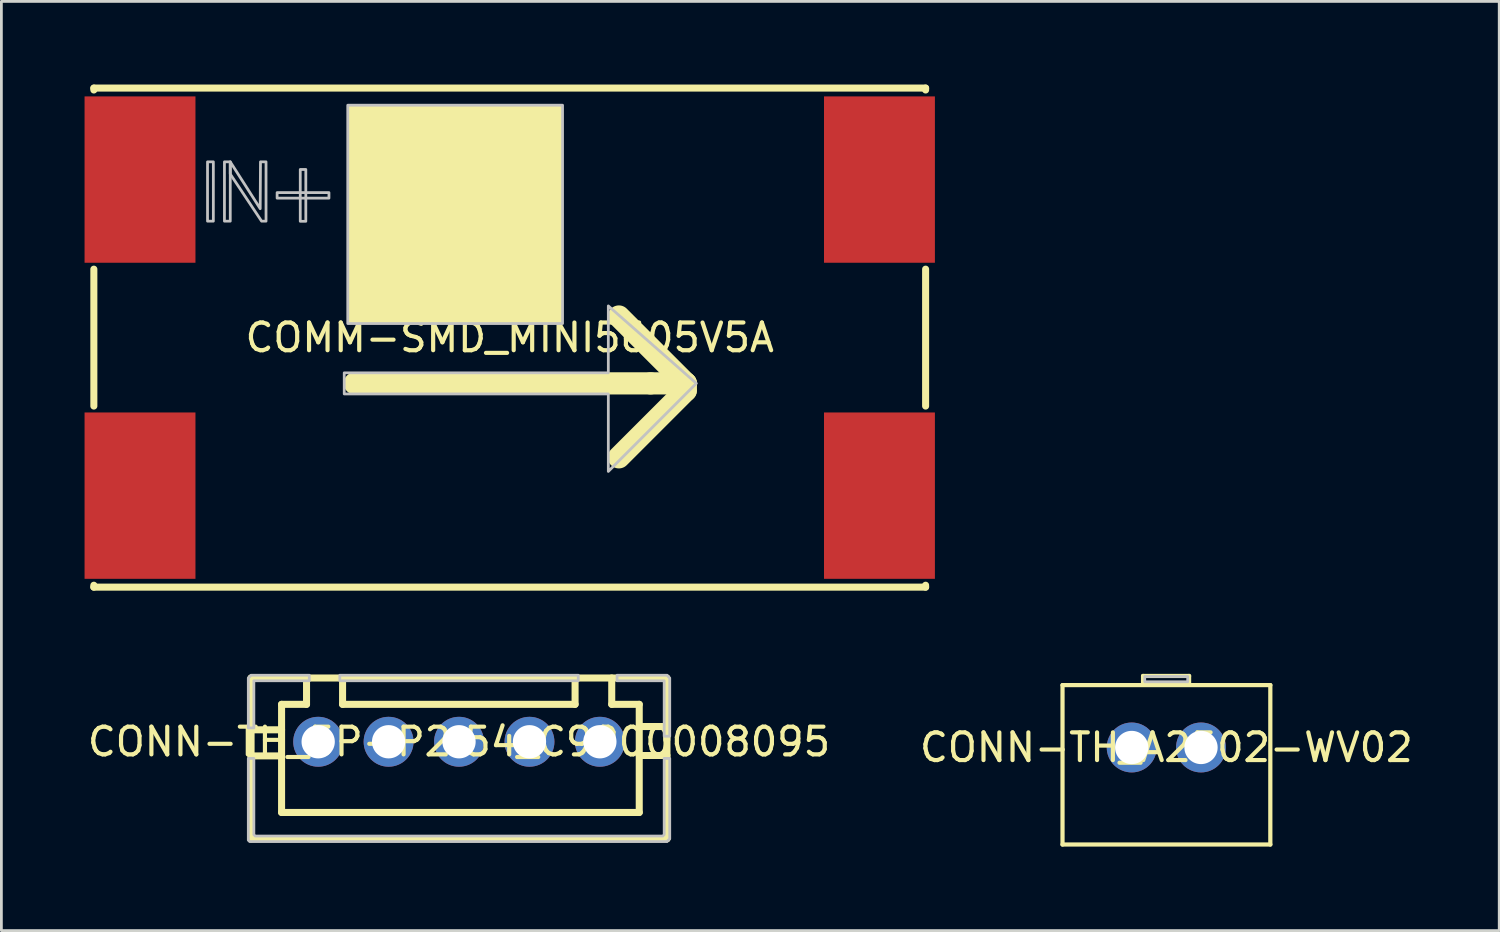
<source format=kicad_pcb>
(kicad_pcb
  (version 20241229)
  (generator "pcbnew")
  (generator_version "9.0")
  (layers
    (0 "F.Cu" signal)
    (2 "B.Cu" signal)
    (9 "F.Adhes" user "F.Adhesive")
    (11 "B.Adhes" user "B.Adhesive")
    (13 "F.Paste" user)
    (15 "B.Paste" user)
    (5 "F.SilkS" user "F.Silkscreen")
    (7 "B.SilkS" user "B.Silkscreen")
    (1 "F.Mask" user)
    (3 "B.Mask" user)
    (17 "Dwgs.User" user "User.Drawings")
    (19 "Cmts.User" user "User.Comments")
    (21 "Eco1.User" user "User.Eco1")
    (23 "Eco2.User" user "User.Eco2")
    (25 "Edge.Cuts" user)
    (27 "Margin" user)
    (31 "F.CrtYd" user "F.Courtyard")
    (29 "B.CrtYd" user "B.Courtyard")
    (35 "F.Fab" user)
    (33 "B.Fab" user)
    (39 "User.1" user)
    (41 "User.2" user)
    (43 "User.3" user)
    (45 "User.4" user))
  (footprint "COMM-SMD_MINI5605V5A"
    (layer "F.Cu")
    (at 15.335 9.127)
    (property "Reference" "COMM-SMD_MINI5605V5A" (at 0 0 0) (layer "F.SilkS") (effects (font (size 1 1) (thickness 0.15))))
    (fp_line (start -15 -9) (end -15 -8.931) (stroke (width 0.254) (type default)) (layer "F.SilkS"))
    (fp_line (start -15 -2.469) (end -15 2.469) (stroke (width 0.254) (type default)) (layer "F.SilkS"))
    (fp_line (start -15 8.931) (end -15 9) (stroke (width 0.254) (type default)) (layer "F.SilkS"))
    (fp_line (start -15 9) (end 15 9) (stroke (width 0.254) (type default)) (layer "F.SilkS"))
    (fp_line (start -5.588 1.651) (end 5.08 1.651) (stroke (width 0.8) (type default)) (layer "F.SilkS"))
    (fp_line (start 5.08 1.651) (end 6.35 1.651) (stroke (width 0.8) (type default)) (layer "F.SilkS"))
    (fp_line (start 6.35 1.651) (end 3.937 -0.762) (stroke (width 0.8) (type default)) (layer "F.SilkS"))
    (fp_line (start 6.35 1.651) (end 6.35 1.905) (stroke (width 0.8) (type default)) (layer "F.SilkS"))
    (fp_line (start 6.35 1.905) (end 3.937 4.318) (stroke (width 0.8) (type default)) (layer "F.SilkS"))
    (fp_line (start 15 -9) (end -15 -9) (stroke (width 0.254) (type default)) (layer "F.SilkS"))
    (fp_line (start 15 -8.931) (end 15 -9) (stroke (width 0.254) (type default)) (layer "F.SilkS"))
    (fp_line (start 15 2.469) (end 15 -2.469) (stroke (width 0.254) (type default)) (layer "F.SilkS"))
    (fp_line (start 15 9) (end 15 8.931) (stroke (width 0.254) (type default)) (layer "F.SilkS"))
    (fp_poly (pts (xy -5.842 -8.382) (xy 1.905 -8.382) (xy 1.905 -0.508) (xy -5.842 -0.508)) (stroke (width 0) (type default)) (fill yes) (layer "F.SilkS"))
    (fp_poly (pts (xy -10.9 -6.34) (xy -10.9 -4.2) (xy -10.69 -4.2) (xy -10.69 -6.34)) (stroke (width 0.1) (type default)) (fill no) (layer "Dwgs.User"))
    (fp_poly (pts (xy -10.29 -6.34) (xy -10.29 -4.2) (xy -10.08 -4.2) (xy -10.08 -6.34)) (stroke (width 0.1) (type default)) (fill no) (layer "Dwgs.User"))
    (fp_poly (pts (xy -8.39 -5.23) (xy -8.39 -5.03) (xy -6.52 -5.03) (xy -6.52 -5.23)) (stroke (width 0.1) (type default)) (fill no) (layer "Dwgs.User"))
    (fp_poly (pts (xy -7.555 -4.195) (xy -7.355 -4.195) (xy -7.355 -6.065) (xy -7.555 -6.065)) (stroke (width 0.1) (type default)) (fill no) (layer "Dwgs.User"))
    (fp_poly (pts (xy -5.842 -8.382) (xy 1.905 -8.382) (xy 1.905 -0.508) (xy -5.842 -0.508)) (stroke (width 0.1) (type default)) (fill no) (layer "Dwgs.User"))
    (fp_poly (pts (xy -10.08 -6.34) (xy -10.08 -5.9) (xy -8.95 -4.2) (xy -8.79 -4.2) (xy -8.79 -6.34) (xy -8.99 -6.34) (xy -9 -4.65)) (stroke (width 0.1) (type default)) (fill no) (layer "Dwgs.User"))
    (fp_poly (pts (xy -5.969 1.27) (xy -5.969 2.032) (xy 3.556 2.032) (xy 3.556 4.826) (xy 6.731 1.651) (xy 3.556 -1.143) (xy 3.556 1.27)) (stroke (width 0.1) (type default)) (fill no) (layer "Dwgs.User"))
    (fp_poly (pts (xy -15.035 -8.4) (xy -11.635 -8.4) (xy -11.635 -3) (xy -15.035 -3)) (stroke (width 0.1) (type default)) (fill no) (layer "User.1"))
    (fp_poly (pts (xy -15.035 3) (xy -11.635 3) (xy -11.635 8.4) (xy -15.035 8.4)) (stroke (width 0.1) (type default)) (fill no) (layer "User.1"))
    (fp_poly (pts (xy 11.635 -8.4) (xy 15.035 -8.4) (xy 15.035 -3) (xy 11.635 -3)) (stroke (width 0.1) (type default)) (fill no) (layer "User.1"))
    (fp_poly (pts (xy 11.635 3) (xy 15.035 3) (xy 15.035 8.4) (xy 11.635 8.4)) (stroke (width 0.1) (type default)) (fill no) (layer "User.1"))
    (fp_line (start -15 -9) (end 15 -9) (stroke (width 0.051) (type default)) (layer "User.2"))
    (fp_line (start -15 9) (end -15 -9) (stroke (width 0.051) (type default)) (layer "User.2"))
    (fp_line (start 15 -9) (end 15 9) (stroke (width 0.051) (type default)) (layer "User.2"))
    (fp_line (start 15 9) (end -15 9) (stroke (width 0.051) (type default)) (layer "User.2"))
    (fp_poly (pts (xy -14.98 -9.023) (xy -15.012 -9.055) (xy -15.058 -9.055) (xy -15.09 -9.023) (xy -15.09 -8.977) (xy -15.058 -8.945) (xy -15.012 -8.945) (xy -14.98 -8.977)) (stroke (width 0.1) (type default)) (fill no) (layer "User.3"))
    (pad "1" smd rect (at -13.335 -5.7) (size 4 6) (layers "F.Cu" "F.Mask" "F.Paste"))
    (pad "2" smd rect (at -13.335 5.7) (size 4 6) (layers "F.Cu" "F.Mask" "F.Paste"))
    (pad "3" smd rect (at 13.335 -5.7) (size 4 6) (layers "F.Cu" "F.Mask" "F.Paste"))
    (pad "4" smd rect (at 13.335 5.7) (size 4 6) (layers "F.Cu" "F.Mask" "F.Paste")))
  (footprint "CONN-TH_5P-P2.54_C9900008095"
    (layer "F.Cu")
    (at 13.506 23.704)
    (property "Reference" "CONN-TH_5P-P2.54_C9900008095" (at 0 0 0) (layer "F.SilkS") (effects (font (size 1 1) (thickness 0.15))))
    (fp_line (start -7.5 -2.3) (end -7.5 3.5) (stroke (width 0.254) (type default)) (layer "F.SilkS"))
    (fp_line (start -7.5 3.5) (end 7.5 3.5) (stroke (width 0.254) (type default)) (layer "F.SilkS"))
    (fp_line (start -6.4 -1.35) (end -5.5 -1.35) (stroke (width 0.254) (type default)) (layer "F.SilkS"))
    (fp_line (start -6.4 -0.431) (end -7.5 -0.431) (stroke (width 0.254) (type default)) (layer "F.SilkS"))
    (fp_line (start -6.4 0.51) (end -7.5 0.51) (stroke (width 0.254) (type default)) (layer "F.SilkS"))
    (fp_line (start -6.4 2.55) (end -6.4 -1.35) (stroke (width 0.254) (type default)) (layer "F.SilkS"))
    (fp_line (start -5.5 -1.35) (end -5.5 -2.3) (stroke (width 0.254) (type default)) (layer "F.SilkS"))
    (fp_line (start -4.2 -1.35) (end -4.2 -2.3) (stroke (width 0.254) (type default)) (layer "F.SilkS"))
    (fp_line (start 4.186 -2.3) (end 4.186 -1.35) (stroke (width 0.254) (type default)) (layer "F.SilkS"))
    (fp_line (start 4.186 -1.35) (end -4.2 -1.35) (stroke (width 0.254) (type default)) (layer "F.SilkS"))
    (fp_line (start 5.508 -2.3) (end 5.508 -1.35) (stroke (width 0.254) (type default)) (layer "F.SilkS"))
    (fp_line (start 5.508 -1.35) (end 6.5 -1.35) (stroke (width 0.254) (type default)) (layer "F.SilkS"))
    (fp_line (start 6.5 -1.35) (end 6.5 2.55) (stroke (width 0.254) (type default)) (layer "F.SilkS"))
    (fp_line (start 6.5 -0.55) (end 7.493 -0.55) (stroke (width 0.254) (type default)) (layer "F.SilkS"))
    (fp_line (start 6.5 0.495) (end 7.5 0.495) (stroke (width 0.254) (type default)) (layer "F.SilkS"))
    (fp_line (start 6.5 2.55) (end -6.4 2.55) (stroke (width 0.254) (type default)) (layer "F.SilkS"))
    (fp_line (start 7.493 -2.3) (end -7.5 -2.3) (stroke (width 0.254) (type default)) (layer "F.SilkS"))
    (fp_line (start 7.493 -0.07) (end 7.493 -2.3) (stroke (width 0.254) (type default)) (layer "F.SilkS"))
    (fp_line (start 7.5 3.5) (end 7.5 -0.15) (stroke (width 0.254) (type default)) (layer "F.SilkS"))
    (fp_poly (pts (xy 4.3 -2.4) (xy 4.3 -2.2) (xy -4.3 -2.2) (xy -4.3 -2.4)) (stroke (width 0.1) (type default)) (fill no) (layer "Dwgs.User"))
    (fp_poly (pts (xy -7.4 -0.5) (xy -7.6 -0.5) (xy -7.6 -2.3) (xy -7.5 -2.4) (xy -5.4 -2.4) (xy -5.4 -2.2) (xy -7.4 -2.2)) (stroke (width 0.1) (type default)) (fill no) (layer "Dwgs.User"))
    (fp_poly (pts (xy 5.7 -2.2) (xy 5.7 -2.4) (xy 7.5 -2.4) (xy 7.6 -2.3) (xy 7.6 -0.2) (xy 7.4 -0.2) (xy 7.4 -2.2)) (stroke (width 0.1) (type default)) (fill no) (layer "Dwgs.User"))
    (fp_poly (pts (xy -7.6 0.6) (xy -7.6 3.55) (xy -7.55 3.6) (xy 7.5 3.6) (xy 7.6 3.5) (xy 7.6 0.6) (xy 7.4 0.6) (xy 7.4 3.35) (xy 7.35 3.4) (xy -7.35 3.4) (xy -7.4 3.35) (xy -7.4 0.6)) (stroke (width 0.1) (type default)) (fill no) (layer "Dwgs.User"))
    (fp_poly (pts (xy -5.4 -0.32) (xy -4.76 -0.32) (xy -4.76 0.32) (xy -5.4 0.32)) (stroke (width 0.1) (type default)) (fill no) (layer "User.1"))
    (fp_poly (pts (xy -2.86 -0.32) (xy -2.22 -0.32) (xy -2.22 0.32) (xy -2.86 0.32)) (stroke (width 0.1) (type default)) (fill no) (layer "User.1"))
    (fp_poly (pts (xy -0.32 -0.32) (xy 0.32 -0.32) (xy 0.32 0.32) (xy -0.32 0.32)) (stroke (width 0.1) (type default)) (fill no) (layer "User.1"))
    (fp_poly (pts (xy 2.22 -0.32) (xy 2.86 -0.32) (xy 2.86 0.32) (xy 2.22 0.32)) (stroke (width 0.1) (type default)) (fill no) (layer "User.1"))
    (fp_poly (pts (xy 4.76 -0.32) (xy 5.4 -0.32) (xy 5.4 0.32) (xy 4.76 0.32)) (stroke (width 0.1) (type default)) (fill no) (layer "User.1"))
    (fp_line (start -7.5 -2.3) (end -7.5 3.5) (stroke (width 0.051) (type default)) (layer "User.2"))
    (fp_line (start -7.5 3.5) (end 7.5 3.5) (stroke (width 0.051) (type default)) (layer "User.2"))
    (fp_line (start 7.5 -2.3) (end -7.5 -2.3) (stroke (width 0.051) (type default)) (layer "User.2"))
    (fp_line (start 7.5 3.5) (end 7.5 -2.3) (stroke (width 0.051) (type default)) (layer "User.2"))
    (fp_poly (pts (xy -7.445 3.477) (xy -7.477 3.445) (xy -7.523 3.445) (xy -7.555 3.477) (xy -7.555 3.523) (xy -7.523 3.555) (xy -7.477 3.555) (xy -7.445 3.523)) (stroke (width 0.1) (type default)) (fill no) (layer "User.3"))
    (pad "1" thru_hole circle (at -5.08 0) (size 1.8 1.8) (drill 1.2) (layers "*.Cu" "*.Mask"))
    (pad "2" thru_hole circle (at -2.54 0) (size 1.8 1.8) (drill 1.2) (layers "*.Cu" "*.Mask"))
    (pad "3" thru_hole circle (at 0 0) (size 1.8 1.8) (drill 1.2) (layers "*.Cu" "*.Mask"))
    (pad "4" thru_hole circle (at 2.541 0) (size 1.8 1.8) (drill 1.2) (layers "*.Cu" "*.Mask"))
    (pad "5" thru_hole circle (at 5.08 0) (size 1.8 1.8) (drill 1.2) (layers "*.Cu" "*.Mask")))
  (footprint "CONN-TH_A2502-WV02"
    (layer "F.Cu")
    (at 39.018 23.91)
    (property "Reference" "CONN-TH_A2502-WV02" (at 0 0 0) (layer "F.SilkS") (effects (font (size 1 1) (thickness 0.15))))
    (fp_line (start -3.745 -2.25) (end 3.75 -2.25) (stroke (width 0.152) (type default)) (layer "F.SilkS"))
    (fp_line (start -3.745 3.5) (end -3.745 -2.25) (stroke (width 0.152) (type default)) (layer "F.SilkS"))
    (fp_line (start -0.84 -2.58) (end 0.82 -2.58) (stroke (width 0.152) (type default)) (layer "F.SilkS"))
    (fp_line (start -0.84 -2.33) (end -0.84 -2.58) (stroke (width 0.152) (type default)) (layer "F.SilkS"))
    (fp_line (start 0.82 -2.58) (end 0.82 -2.31) (stroke (width 0.152) (type default)) (layer "F.SilkS"))
    (fp_line (start 3.75 -2.25) (end 3.75 3.5) (stroke (width 0.152) (type default)) (layer "F.SilkS"))
    (fp_line (start 3.75 3.5) (end -3.745 3.5) (stroke (width 0.152) (type default)) (layer "F.SilkS"))
    (fp_poly (pts (xy -0.78 -2.37) (xy -0.78 -2.56) (xy 0.77 -2.56) (xy 0.77 -2.37)) (stroke (width 0.1) (type default)) (fill no) (layer "Dwgs.User"))
    (fp_poly (pts (xy -1.57 -0.32) (xy -0.93 -0.32) (xy -0.93 0.32) (xy -1.57 0.32)) (stroke (width 0.1) (type default)) (fill no) (layer "User.1"))
    (fp_poly (pts (xy 0.93 -0.32) (xy 1.57 -0.32) (xy 1.57 0.32) (xy 0.93 0.32)) (stroke (width 0.1) (type default)) (fill no) (layer "User.1"))
    (fp_line (start -3.75 -2.3) (end -0.8 -2.3) (stroke (width 0.051) (type default)) (layer "User.2"))
    (fp_line (start -3.75 3.5) (end -3.75 -2.3) (stroke (width 0.051) (type default)) (layer "User.2"))
    (fp_line (start -0.8 -2.54) (end 0 -2.54) (stroke (width 0.051) (type default)) (layer "User.2"))
    (fp_line (start -0.8 -2.3) (end -0.8 -2.54) (stroke (width 0.051) (type default)) (layer "User.2"))
    (fp_line (start 0 -2.54) (end 0.8 -2.54) (stroke (width 0.051) (type default)) (layer "User.2"))
    (fp_line (start 0.8 -2.54) (end 0.8 -2.31) (stroke (width 0.051) (type default)) (layer "User.2"))
    (fp_line (start 0.8 -2.31) (end 3.75 -2.3) (stroke (width 0.051) (type default)) (layer "User.2"))
    (fp_line (start 3.75 -2.3) (end 3.75 3.5) (stroke (width 0.051) (type default)) (layer "User.2"))
    (fp_line (start 3.75 3.5) (end -3.75 3.5) (stroke (width 0.051) (type default)) (layer "User.2"))
    (fp_poly (pts (xy -3.695 3.477) (xy -3.727 3.445) (xy -3.773 3.445) (xy -3.805 3.477) (xy -3.805 3.523) (xy -3.773 3.555) (xy -3.727 3.555) (xy -3.695 3.523)) (stroke (width 0.1) (type default)) (fill no) (layer "User.3"))
    (pad "1" thru_hole circle (at -1.25 0) (size 1.8 1.8) (drill 1.2) (layers "*.Cu" "*.Mask"))
    (pad "2" thru_hole circle (at 1.25 0) (size 1.8 1.8) (drill 1.2) (layers "*.Cu" "*.Mask")))
  (gr_rect
    (start -3 -3)
    (end 51.024 30.515)
    (stroke (width 0.1) (type default))
    (fill no)
    (layer "Edge.Cuts")))
</source>
